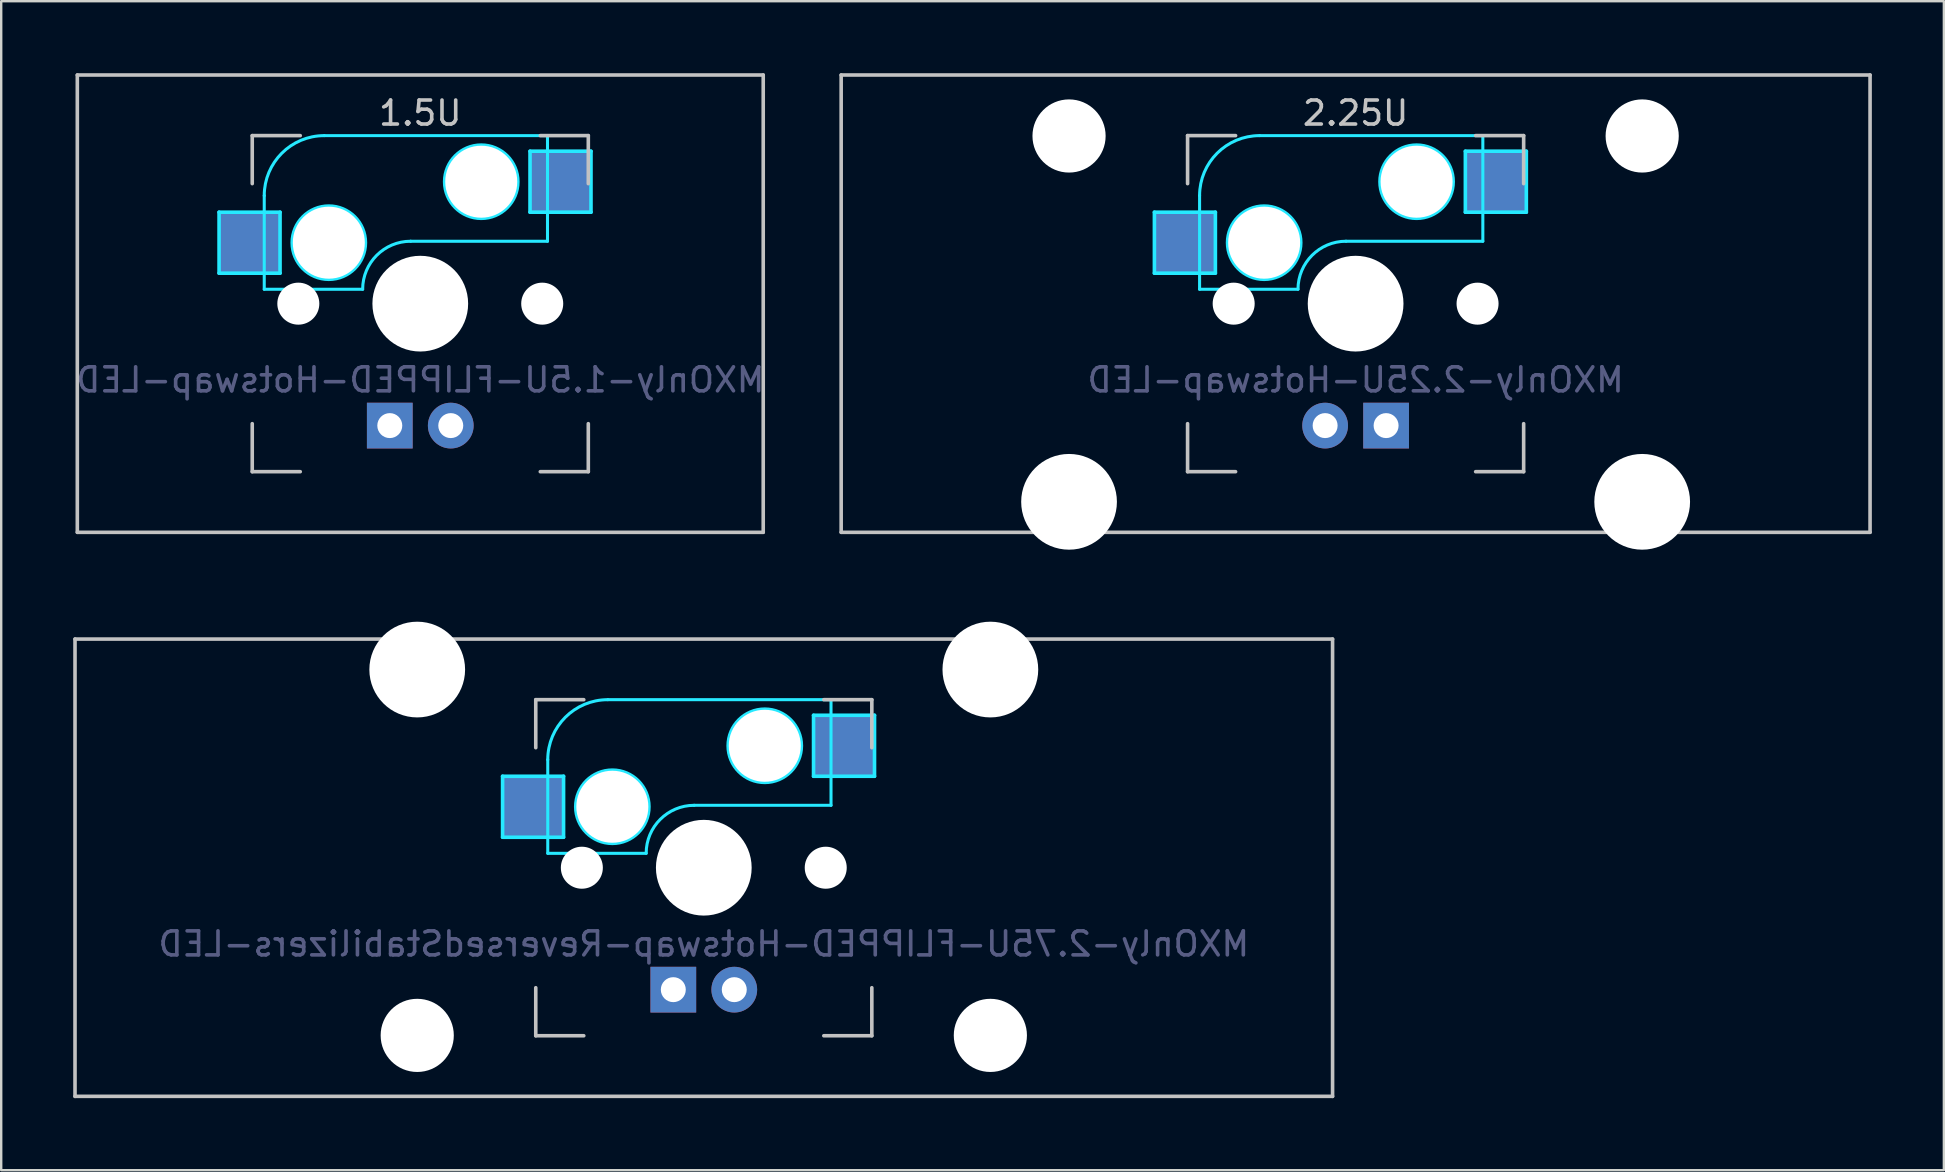
<source format=kicad_pcb>
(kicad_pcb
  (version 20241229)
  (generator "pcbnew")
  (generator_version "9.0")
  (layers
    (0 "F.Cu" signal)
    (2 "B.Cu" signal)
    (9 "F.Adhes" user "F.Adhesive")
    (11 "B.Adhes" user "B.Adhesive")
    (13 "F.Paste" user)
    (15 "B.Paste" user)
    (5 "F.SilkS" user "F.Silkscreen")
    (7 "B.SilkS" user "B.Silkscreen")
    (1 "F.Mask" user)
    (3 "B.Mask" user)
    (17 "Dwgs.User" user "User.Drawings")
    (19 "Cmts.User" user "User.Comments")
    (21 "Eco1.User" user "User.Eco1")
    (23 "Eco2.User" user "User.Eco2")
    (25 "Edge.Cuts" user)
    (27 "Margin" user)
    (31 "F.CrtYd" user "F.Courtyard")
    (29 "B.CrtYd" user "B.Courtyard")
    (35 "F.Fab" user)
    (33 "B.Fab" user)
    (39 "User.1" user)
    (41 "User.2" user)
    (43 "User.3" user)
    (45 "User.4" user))
  (footprint "MXOnly-2.75U-FLIPPED-Hotswap-ReversedStabilizers-LED"
    (layer "F.Cu")
    (at 26.269 33.098)
    (property "Reference" "MXOnly-2.75U-FLIPPED-Hotswap-ReversedStabilizers-LED" (at 0 3.175 0) (layer "B.Fab") (effects (font (size 1 1) (thickness 0.15)) (justify mirror)))
    (attr smd)
    (fp_line (start -26.194 -9.525) (end 26.194 -9.525) (stroke (width 0.15) (type solid)) (layer "Dwgs.User"))
    (fp_line (start -26.194 9.525) (end -26.194 -9.525) (stroke (width 0.15) (type solid)) (layer "Dwgs.User"))
    (fp_line (start -7 -7) (end -7 -5) (stroke (width 0.15) (type solid)) (layer "Dwgs.User"))
    (fp_line (start -7 5) (end -7 7) (stroke (width 0.15) (type solid)) (layer "Dwgs.User"))
    (fp_line (start -7 7) (end -5 7) (stroke (width 0.15) (type solid)) (layer "Dwgs.User"))
    (fp_line (start -5 -7) (end -7 -7) (stroke (width 0.15) (type solid)) (layer "Dwgs.User"))
    (fp_line (start 5 -7) (end 7 -7) (stroke (width 0.15) (type solid)) (layer "Dwgs.User"))
    (fp_line (start 5 7) (end 7 7) (stroke (width 0.15) (type solid)) (layer "Dwgs.User"))
    (fp_line (start 7 -7) (end 7 -5) (stroke (width 0.15) (type solid)) (layer "Dwgs.User"))
    (fp_line (start 7 7) (end 7 5) (stroke (width 0.15) (type solid)) (layer "Dwgs.User"))
    (fp_line (start 26.194 -9.525) (end 26.194 9.525) (stroke (width 0.15) (type solid)) (layer "Dwgs.User"))
    (fp_line (start 26.194 9.525) (end -26.194 9.525) (stroke (width 0.15) (type solid)) (layer "Dwgs.User"))
    (fp_line (start -8.382 -3.81) (end -5.842 -3.81) (stroke (width 0.15) (type solid)) (layer "B.CrtYd"))
    (fp_line (start -8.382 -1.27) (end -8.382 -3.81) (stroke (width 0.15) (type solid)) (layer "B.CrtYd"))
    (fp_line (start -6.5 -4.5) (end -6.5 -0.6) (stroke (width 0.127) (type solid)) (layer "B.CrtYd"))
    (fp_line (start -6.5 -0.6) (end -2.4 -0.6) (stroke (width 0.127) (type solid)) (layer "B.CrtYd"))
    (fp_line (start -5.842 -3.81) (end -5.842 -1.27) (stroke (width 0.15) (type solid)) (layer "B.CrtYd"))
    (fp_line (start -5.842 -1.27) (end -8.382 -1.27) (stroke (width 0.15) (type solid)) (layer "B.CrtYd"))
    (fp_line (start -0.4 -2.6) (end 5.3 -2.6) (stroke (width 0.127) (type solid)) (layer "B.CrtYd"))
    (fp_line (start 4.572 -6.35) (end 7.112 -6.35) (stroke (width 0.15) (type solid)) (layer "B.CrtYd"))
    (fp_line (start 4.572 -3.81) (end 4.572 -6.35) (stroke (width 0.15) (type solid)) (layer "B.CrtYd"))
    (fp_line (start 5.3 -7) (end -4 -7) (stroke (width 0.127) (type solid)) (layer "B.CrtYd"))
    (fp_line (start 5.3 -7) (end 5.3 -2.6) (stroke (width 0.127) (type solid)) (layer "B.CrtYd"))
    (fp_line (start 7.112 -6.35) (end 7.112 -3.81) (stroke (width 0.15) (type solid)) (layer "B.CrtYd"))
    (fp_line (start 7.112 -3.81) (end 4.572 -3.81) (stroke (width 0.15) (type solid)) (layer "B.CrtYd"))
    (fp_arc (start -6.5 -4.5) (mid -5.767767 -6.267767) (end -4 -7) (stroke (width 0.127) (type solid)) (layer "B.CrtYd"))
    (fp_arc (start -2.4 -0.6) (mid -1.814214 -2.014214) (end -0.4 -2.6) (stroke (width 0.127) (type solid)) (layer "B.CrtYd"))
    (fp_circle (center -3.81 -2.54) (end -3.81 -4.064) (stroke (width 0.15) (type solid)) (fill no) (layer "B.CrtYd"))
    (fp_circle (center 2.54 -5.08) (end 2.54 -6.604) (stroke (width 0.15) (type solid)) (fill no) (layer "B.CrtYd"))
    (pad "" np_thru_hole circle (at -11.938 -8.255) (size 3.988 3.988) (drill 3.988) (layers "*.Cu" "*.Mask"))
    (pad "" np_thru_hole circle (at -11.938 6.985) (size 3.048 3.048) (drill 3.048) (layers "*.Cu" "*.Mask"))
    (pad "" np_thru_hole circle (at -5.08 0 48.1) (size 1.75 1.75) (drill 1.75) (layers "*.Cu" "*.Mask"))
    (pad "" np_thru_hole circle (at -3.81 -2.54) (size 3 3) (drill 3) (layers "*.Cu" "*.Mask"))
    (pad "" np_thru_hole circle (at 0 0) (size 3.988 3.988) (drill 3.988) (layers "*.Cu" "*.Mask"))
    (pad "" np_thru_hole circle (at 2.54 -5.08) (size 3 3) (drill 3) (layers "*.Cu" "*.Mask"))
    (pad "" np_thru_hole circle (at 5.08 0 48.1) (size 1.75 1.75) (drill 1.75) (layers "*.Cu" "*.Mask"))
    (pad "" np_thru_hole circle (at 11.938 -8.255) (size 3.988 3.988) (drill 3.988) (layers "*.Cu" "*.Mask"))
    (pad "" np_thru_hole circle (at 11.938 6.985) (size 3.048 3.048) (drill 3.048) (layers "*.Cu" "*.Mask"))
    (pad "1" smd rect (at -7.085 -2.54) (size 2.55 2.5) (layers "B.Cu" "B.Mask" "B.Paste"))
    (pad "2" smd rect (at 5.842 -5.08) (size 2.55 2.5) (layers "B.Cu" "B.Mask" "B.Paste"))
    (pad "3" thru_hole circle (at 1.27 5.08 180) (size 1.905 1.905) (drill 1.04) (layers "*.Cu" "B.Mask"))
    (pad "4" thru_hole rect (at -1.27 5.08 180) (size 1.905 1.905) (drill 1.04) (layers "*.Cu" "B.Mask")))
  (footprint "MXOnly-1.5U-FLIPPED-Hotswap-LED"
    (layer "F.Cu")
    (at 14.458 9.6)
    (property "Reference" "MXOnly-1.5U-FLIPPED-Hotswap-LED" (at 0 3.175 0) (layer "B.Fab") (effects (font (size 1 1) (thickness 0.15)) (justify mirror)))
    (attr through_hole)
    (fp_line (start -14.287 -9.525) (end 14.287 -9.525) (stroke (width 0.15) (type solid)) (layer "Dwgs.User"))
    (fp_line (start -14.287 9.525) (end -14.287 -9.525) (stroke (width 0.15) (type solid)) (layer "Dwgs.User"))
    (fp_line (start -7 -7) (end -7 -5) (stroke (width 0.15) (type solid)) (layer "Dwgs.User"))
    (fp_line (start -7 5) (end -7 7) (stroke (width 0.15) (type solid)) (layer "Dwgs.User"))
    (fp_line (start -7 7) (end -5 7) (stroke (width 0.15) (type solid)) (layer "Dwgs.User"))
    (fp_line (start -5 -7) (end -7 -7) (stroke (width 0.15) (type solid)) (layer "Dwgs.User"))
    (fp_line (start 5 -7) (end 7 -7) (stroke (width 0.15) (type solid)) (layer "Dwgs.User"))
    (fp_line (start 5 7) (end 7 7) (stroke (width 0.15) (type solid)) (layer "Dwgs.User"))
    (fp_line (start 7 -7) (end 7 -5) (stroke (width 0.15) (type solid)) (layer "Dwgs.User"))
    (fp_line (start 7 7) (end 7 5) (stroke (width 0.15) (type solid)) (layer "Dwgs.User"))
    (fp_line (start 14.287 -9.525) (end 14.287 9.525) (stroke (width 0.15) (type solid)) (layer "Dwgs.User"))
    (fp_line (start 14.287 9.525) (end -14.287 9.525) (stroke (width 0.15) (type solid)) (layer "Dwgs.User"))
    (fp_line (start -8.382 -3.81) (end -5.842 -3.81) (stroke (width 0.15) (type solid)) (layer "B.CrtYd"))
    (fp_line (start -8.382 -1.27) (end -8.382 -3.81) (stroke (width 0.15) (type solid)) (layer "B.CrtYd"))
    (fp_line (start -6.5 -4.5) (end -6.5 -0.6) (stroke (width 0.127) (type solid)) (layer "B.CrtYd"))
    (fp_line (start -6.5 -0.6) (end -2.4 -0.6) (stroke (width 0.127) (type solid)) (layer "B.CrtYd"))
    (fp_line (start -5.842 -3.81) (end -5.842 -1.27) (stroke (width 0.15) (type solid)) (layer "B.CrtYd"))
    (fp_line (start -5.842 -1.27) (end -8.382 -1.27) (stroke (width 0.15) (type solid)) (layer "B.CrtYd"))
    (fp_line (start -0.4 -2.6) (end 5.3 -2.6) (stroke (width 0.127) (type solid)) (layer "B.CrtYd"))
    (fp_line (start 4.572 -6.35) (end 7.112 -6.35) (stroke (width 0.15) (type solid)) (layer "B.CrtYd"))
    (fp_line (start 4.572 -3.81) (end 4.572 -6.35) (stroke (width 0.15) (type solid)) (layer "B.CrtYd"))
    (fp_line (start 5.3 -7) (end -4 -7) (stroke (width 0.127) (type solid)) (layer "B.CrtYd"))
    (fp_line (start 5.3 -7) (end 5.3 -2.6) (stroke (width 0.127) (type solid)) (layer "B.CrtYd"))
    (fp_line (start 7.112 -6.35) (end 7.112 -3.81) (stroke (width 0.15) (type solid)) (layer "B.CrtYd"))
    (fp_line (start 7.112 -3.81) (end 4.572 -3.81) (stroke (width 0.15) (type solid)) (layer "B.CrtYd"))
    (fp_arc (start -6.5 -4.5) (mid -5.767767 -6.267767) (end -4 -7) (stroke (width 0.127) (type solid)) (layer "B.CrtYd"))
    (fp_arc (start -2.4 -0.6) (mid -1.814214 -2.014214) (end -0.4 -2.6) (stroke (width 0.127) (type solid)) (layer "B.CrtYd"))
    (fp_circle (center -3.81 -2.54) (end -3.81 -4.064) (stroke (width 0.15) (type solid)) (fill no) (layer "B.CrtYd"))
    (fp_circle (center 2.54 -5.08) (end 2.54 -6.604) (stroke (width 0.15) (type solid)) (fill no) (layer "B.CrtYd"))
    (fp_text user "1.5U" (at 0 -7.938 0) (layer "Dwgs.User") (effects (font (size 1 1) (thickness 0.15))))
    (pad "" np_thru_hole circle (at -5.08 0 48.1) (size 1.75 1.75) (drill 1.75) (layers "*.Cu" "*.Mask"))
    (pad "" np_thru_hole circle (at -3.81 -2.54) (size 3 3) (drill 3) (layers "*.Cu" "*.Mask"))
    (pad "" np_thru_hole circle (at 0 0) (size 3.988 3.988) (drill 3.988) (layers "*.Cu" "*.Mask"))
    (pad "" np_thru_hole circle (at 2.54 -5.08) (size 3 3) (drill 3) (layers "*.Cu" "*.Mask"))
    (pad "" np_thru_hole circle (at 5.08 0 48.1) (size 1.75 1.75) (drill 1.75) (layers "*.Cu" "*.Mask"))
    (pad "1" smd rect (at -7.085 -2.54) (size 2.55 2.5) (layers "B.Cu" "B.Mask" "B.Paste"))
    (pad "2" smd rect (at 5.842 -5.08) (size 2.55 2.5) (layers "B.Cu" "B.Mask" "B.Paste"))
    (pad "3" thru_hole circle (at 1.27 5.08 180) (size 1.905 1.905) (drill 1.04) (layers "*.Cu" "B.Mask"))
    (pad "4" thru_hole rect (at -1.27 5.08 180) (size 1.905 1.905) (drill 1.04) (layers "*.Cu" "B.Mask")))
  (footprint "MXOnly-2.25U-Hotswap-LED"
    (layer "F.Cu")
    (at 53.423 9.6)
    (property "Reference" "MXOnly-2.25U-Hotswap-LED" (at 0 3.175 0) (layer "B.Fab") (effects (font (size 1 1) (thickness 0.15)) (justify mirror)))
    (attr through_hole)
    (fp_line (start -21.431 -9.525) (end 21.431 -9.525) (stroke (width 0.15) (type solid)) (layer "Dwgs.User"))
    (fp_line (start -21.431 9.525) (end -21.431 -9.525) (stroke (width 0.15) (type solid)) (layer "Dwgs.User"))
    (fp_line (start -7 -7) (end -7 -5) (stroke (width 0.15) (type solid)) (layer "Dwgs.User"))
    (fp_line (start -7 5) (end -7 7) (stroke (width 0.15) (type solid)) (layer "Dwgs.User"))
    (fp_line (start -7 7) (end -5 7) (stroke (width 0.15) (type solid)) (layer "Dwgs.User"))
    (fp_line (start -5 -7) (end -7 -7) (stroke (width 0.15) (type solid)) (layer "Dwgs.User"))
    (fp_line (start 5 -7) (end 7 -7) (stroke (width 0.15) (type solid)) (layer "Dwgs.User"))
    (fp_line (start 5 7) (end 7 7) (stroke (width 0.15) (type solid)) (layer "Dwgs.User"))
    (fp_line (start 7 -7) (end 7 -5) (stroke (width 0.15) (type solid)) (layer "Dwgs.User"))
    (fp_line (start 7 7) (end 7 5) (stroke (width 0.15) (type solid)) (layer "Dwgs.User"))
    (fp_line (start 21.431 -9.525) (end 21.431 9.525) (stroke (width 0.15) (type solid)) (layer "Dwgs.User"))
    (fp_line (start 21.431 9.525) (end -21.431 9.525) (stroke (width 0.15) (type solid)) (layer "Dwgs.User"))
    (fp_line (start -8.382 -3.81) (end -5.842 -3.81) (stroke (width 0.15) (type solid)) (layer "B.CrtYd"))
    (fp_line (start -8.382 -1.27) (end -8.382 -3.81) (stroke (width 0.15) (type solid)) (layer "B.CrtYd"))
    (fp_line (start -6.5 -4.5) (end -6.5 -0.6) (stroke (width 0.127) (type solid)) (layer "B.CrtYd"))
    (fp_line (start -6.5 -0.6) (end -2.4 -0.6) (stroke (width 0.127) (type solid)) (layer "B.CrtYd"))
    (fp_line (start -5.842 -3.81) (end -5.842 -1.27) (stroke (width 0.15) (type solid)) (layer "B.CrtYd"))
    (fp_line (start -5.842 -1.27) (end -8.382 -1.27) (stroke (width 0.15) (type solid)) (layer "B.CrtYd"))
    (fp_line (start -0.4 -2.6) (end 5.3 -2.6) (stroke (width 0.127) (type solid)) (layer "B.CrtYd"))
    (fp_line (start 4.572 -6.35) (end 7.112 -6.35) (stroke (width 0.15) (type solid)) (layer "B.CrtYd"))
    (fp_line (start 4.572 -3.81) (end 4.572 -6.35) (stroke (width 0.15) (type solid)) (layer "B.CrtYd"))
    (fp_line (start 5.3 -7) (end -4 -7) (stroke (width 0.127) (type solid)) (layer "B.CrtYd"))
    (fp_line (start 5.3 -7) (end 5.3 -2.6) (stroke (width 0.127) (type solid)) (layer "B.CrtYd"))
    (fp_line (start 7.112 -6.35) (end 7.112 -3.81) (stroke (width 0.15) (type solid)) (layer "B.CrtYd"))
    (fp_line (start 7.112 -3.81) (end 4.572 -3.81) (stroke (width 0.15) (type solid)) (layer "B.CrtYd"))
    (fp_arc (start -6.5 -4.5) (mid -5.767767 -6.267767) (end -4 -7) (stroke (width 0.127) (type solid)) (layer "B.CrtYd"))
    (fp_arc (start -2.4 -0.6) (mid -1.814214 -2.014214) (end -0.4 -2.6) (stroke (width 0.127) (type solid)) (layer "B.CrtYd"))
    (fp_circle (center -3.81 -2.54) (end -3.81 -4.064) (stroke (width 0.15) (type solid)) (fill no) (layer "B.CrtYd"))
    (fp_circle (center 2.54 -5.08) (end 2.54 -6.604) (stroke (width 0.15) (type solid)) (fill no) (layer "B.CrtYd"))
    (fp_text user "2.25U" (at 0 -7.938 0) (layer "Dwgs.User") (effects (font (size 1 1) (thickness 0.15))))
    (pad "" np_thru_hole circle (at -11.938 -6.985) (size 3.048 3.048) (drill 3.048) (layers "*.Cu" "*.Mask"))
    (pad "" np_thru_hole circle (at -11.938 8.255) (size 3.988 3.988) (drill 3.988) (layers "*.Cu" "*.Mask"))
    (pad "" np_thru_hole circle (at -5.08 0 48.1) (size 1.75 1.75) (drill 1.75) (layers "*.Cu" "*.Mask"))
    (pad "" np_thru_hole circle (at -3.81 -2.54) (size 3 3) (drill 3) (layers "*.Cu" "*.Mask"))
    (pad "" np_thru_hole circle (at 0 0) (size 3.988 3.988) (drill 3.988) (layers "*.Cu" "*.Mask"))
    (pad "" np_thru_hole circle (at 2.54 -5.08) (size 3 3) (drill 3) (layers "*.Cu" "*.Mask"))
    (pad "" np_thru_hole circle (at 5.08 0 48.1) (size 1.75 1.75) (drill 1.75) (layers "*.Cu" "*.Mask"))
    (pad "" np_thru_hole circle (at 11.938 -6.985) (size 3.048 3.048) (drill 3.048) (layers "*.Cu" "*.Mask"))
    (pad "" np_thru_hole circle (at 11.938 8.255) (size 3.988 3.988) (drill 3.988) (layers "*.Cu" "*.Mask"))
    (pad "1" smd rect (at -7.085 -2.54) (size 2.55 2.5) (layers "B.Cu" "B.Mask" "B.Paste"))
    (pad "2" smd rect (at 5.842 -5.08) (size 2.55 2.5) (layers "B.Cu" "B.Mask" "B.Paste"))
    (pad "3" thru_hole circle (at -1.27 5.08) (size 1.905 1.905) (drill 1.04) (layers "*.Cu" "B.Mask"))
    (pad "4" thru_hole rect (at 1.27 5.08) (size 1.905 1.905) (drill 1.04) (layers "*.Cu" "B.Mask")))
  (gr_rect
    (start -3 -3)
    (end 77.929 45.698)
    (stroke (width 0.1) (type default))
    (fill no)
    (layer "Edge.Cuts")))
</source>
